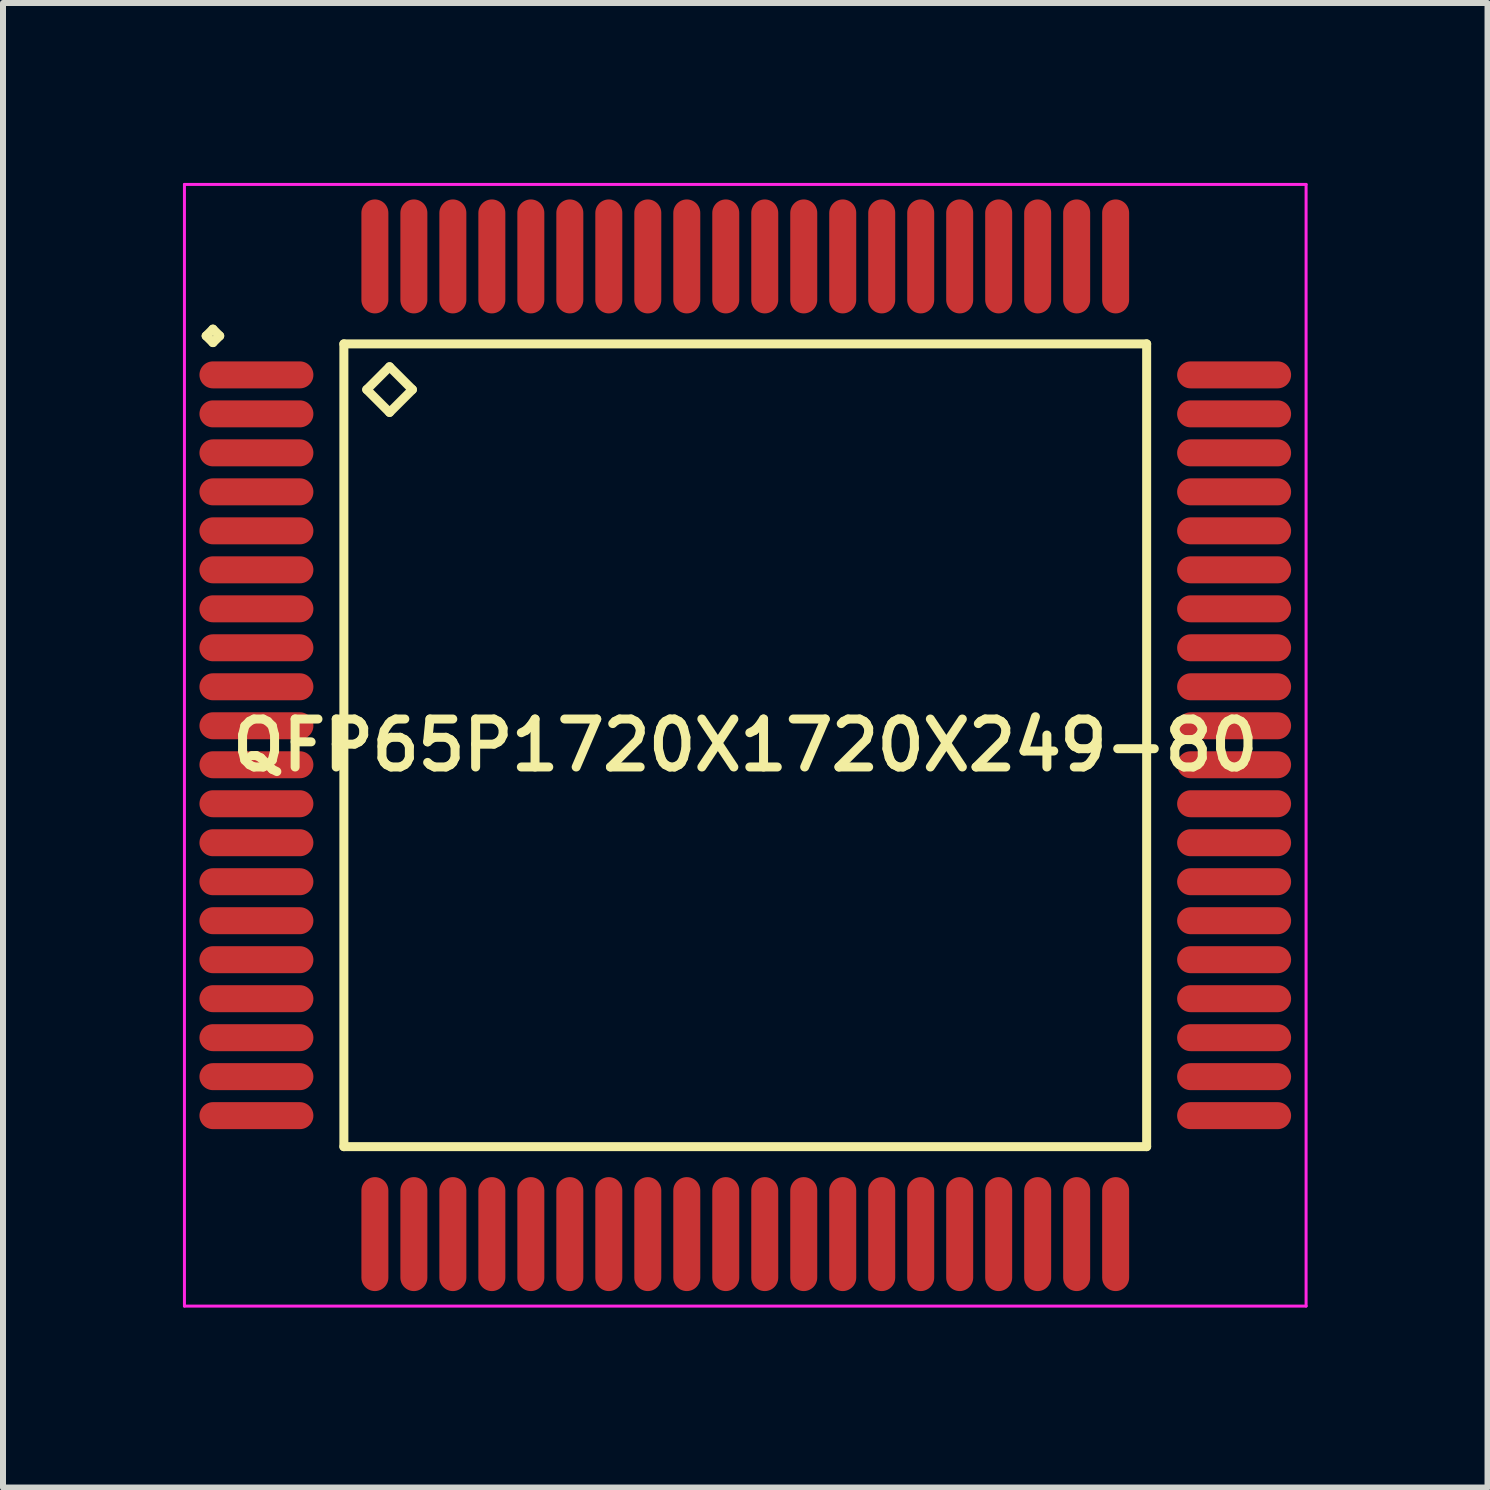
<source format=kicad_pcb>
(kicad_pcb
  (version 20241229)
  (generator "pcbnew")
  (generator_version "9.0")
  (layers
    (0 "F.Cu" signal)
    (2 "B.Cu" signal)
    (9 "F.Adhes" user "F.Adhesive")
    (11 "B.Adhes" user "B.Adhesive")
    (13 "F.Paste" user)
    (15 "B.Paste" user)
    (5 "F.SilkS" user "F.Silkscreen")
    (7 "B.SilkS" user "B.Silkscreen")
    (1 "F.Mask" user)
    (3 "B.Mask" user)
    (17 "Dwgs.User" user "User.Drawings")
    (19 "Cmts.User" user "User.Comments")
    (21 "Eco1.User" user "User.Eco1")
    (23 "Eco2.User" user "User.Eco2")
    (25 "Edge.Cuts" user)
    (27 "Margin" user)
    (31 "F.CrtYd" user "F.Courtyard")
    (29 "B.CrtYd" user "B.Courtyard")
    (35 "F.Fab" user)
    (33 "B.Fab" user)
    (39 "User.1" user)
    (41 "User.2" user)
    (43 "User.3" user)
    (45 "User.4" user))
  (footprint "QFP65P1720X1720X249-80"
    (layer "F.Cu")
    (at 9.375 9.375)
    (property "Reference" "QFP65P1720X1720X249-80" (at 0 0 0) (layer "F.SilkS") (effects (font (size 0.8 0.8) (thickness 0.15))))
    (attr smd)
    (fp_line (start -8.988 -6.825) (end -8.875 -6.938) (stroke (width 0.15) (type solid)) (layer "F.SilkS"))
    (fp_line (start -8.875 -6.938) (end -8.762 -6.825) (stroke (width 0.15) (type solid)) (layer "F.SilkS"))
    (fp_line (start -8.875 -6.713) (end -8.988 -6.825) (stroke (width 0.15) (type solid)) (layer "F.SilkS"))
    (fp_line (start -8.762 -6.825) (end -8.875 -6.713) (stroke (width 0.15) (type solid)) (layer "F.SilkS"))
    (fp_line (start -6.692 -6.692) (end -6.692 6.692) (stroke (width 0.15) (type solid)) (layer "F.SilkS"))
    (fp_line (start -6.692 6.692) (end 6.692 6.692) (stroke (width 0.15) (type solid)) (layer "F.SilkS"))
    (fp_line (start -6.311 -5.93) (end -5.93 -6.311) (stroke (width 0.15) (type solid)) (layer "F.SilkS"))
    (fp_line (start -5.93 -6.311) (end -5.549 -5.93) (stroke (width 0.15) (type solid)) (layer "F.SilkS"))
    (fp_line (start -5.93 -5.549) (end -6.311 -5.93) (stroke (width 0.15) (type solid)) (layer "F.SilkS"))
    (fp_line (start -5.549 -5.93) (end -5.93 -5.549) (stroke (width 0.15) (type solid)) (layer "F.SilkS"))
    (fp_line (start 6.692 -6.692) (end -6.692 -6.692) (stroke (width 0.15) (type solid)) (layer "F.SilkS"))
    (fp_line (start 6.692 6.692) (end 6.692 -6.692) (stroke (width 0.15) (type solid)) (layer "F.SilkS"))
    (fp_line (start -9.35 -9.35) (end 9.35 -9.35) (stroke (width 0.05) (type solid)) (layer "F.CrtYd"))
    (fp_line (start -9.35 9.35) (end -9.35 -9.35) (stroke (width 0.05) (type solid)) (layer "F.CrtYd"))
    (fp_line (start 9.35 -9.35) (end 9.35 9.35) (stroke (width 0.05) (type solid)) (layer "F.CrtYd"))
    (fp_line (start 9.35 9.35) (end -9.35 9.35) (stroke (width 0.05) (type solid)) (layer "F.CrtYd"))
    (pad "1" smd oval (at -8.15 -6.175) (size 1.9 0.45) (layers "F.Cu" "F.Mask" "F.Paste"))
    (pad "2" smd oval (at -8.15 -5.525) (size 1.9 0.45) (layers "F.Cu" "F.Mask" "F.Paste"))
    (pad "3" smd oval (at -8.15 -4.875) (size 1.9 0.45) (layers "F.Cu" "F.Mask" "F.Paste"))
    (pad "4" smd oval (at -8.15 -4.225) (size 1.9 0.45) (layers "F.Cu" "F.Mask" "F.Paste"))
    (pad "5" smd oval (at -8.15 -3.575) (size 1.9 0.45) (layers "F.Cu" "F.Mask" "F.Paste"))
    (pad "6" smd oval (at -8.15 -2.925) (size 1.9 0.45) (layers "F.Cu" "F.Mask" "F.Paste"))
    (pad "7" smd oval (at -8.15 -2.275) (size 1.9 0.45) (layers "F.Cu" "F.Mask" "F.Paste"))
    (pad "8" smd oval (at -8.15 -1.625) (size 1.9 0.45) (layers "F.Cu" "F.Mask" "F.Paste"))
    (pad "9" smd oval (at -8.15 -0.975) (size 1.9 0.45) (layers "F.Cu" "F.Mask" "F.Paste"))
    (pad "10" smd oval (at -8.15 -0.325) (size 1.9 0.45) (layers "F.Cu" "F.Mask" "F.Paste"))
    (pad "11" smd oval (at -8.15 0.325) (size 1.9 0.45) (layers "F.Cu" "F.Mask" "F.Paste"))
    (pad "12" smd oval (at -8.15 0.975) (size 1.9 0.45) (layers "F.Cu" "F.Mask" "F.Paste"))
    (pad "13" smd oval (at -8.15 1.625) (size 1.9 0.45) (layers "F.Cu" "F.Mask" "F.Paste"))
    (pad "14" smd oval (at -8.15 2.275) (size 1.9 0.45) (layers "F.Cu" "F.Mask" "F.Paste"))
    (pad "15" smd oval (at -8.15 2.925) (size 1.9 0.45) (layers "F.Cu" "F.Mask" "F.Paste"))
    (pad "16" smd oval (at -8.15 3.575) (size 1.9 0.45) (layers "F.Cu" "F.Mask" "F.Paste"))
    (pad "17" smd oval (at -8.15 4.225) (size 1.9 0.45) (layers "F.Cu" "F.Mask" "F.Paste"))
    (pad "18" smd oval (at -8.15 4.875) (size 1.9 0.45) (layers "F.Cu" "F.Mask" "F.Paste"))
    (pad "19" smd oval (at -8.15 5.525) (size 1.9 0.45) (layers "F.Cu" "F.Mask" "F.Paste"))
    (pad "20" smd oval (at -8.15 6.175) (size 1.9 0.45) (layers "F.Cu" "F.Mask" "F.Paste"))
    (pad "21" smd oval (at -6.175 8.15) (size 0.45 1.9) (layers "F.Cu" "F.Mask" "F.Paste"))
    (pad "22" smd oval (at -5.525 8.15) (size 0.45 1.9) (layers "F.Cu" "F.Mask" "F.Paste"))
    (pad "23" smd oval (at -4.875 8.15) (size 0.45 1.9) (layers "F.Cu" "F.Mask" "F.Paste"))
    (pad "24" smd oval (at -4.225 8.15) (size 0.45 1.9) (layers "F.Cu" "F.Mask" "F.Paste"))
    (pad "25" smd oval (at -3.575 8.15) (size 0.45 1.9) (layers "F.Cu" "F.Mask" "F.Paste"))
    (pad "26" smd oval (at -2.925 8.15) (size 0.45 1.9) (layers "F.Cu" "F.Mask" "F.Paste"))
    (pad "27" smd oval (at -2.275 8.15) (size 0.45 1.9) (layers "F.Cu" "F.Mask" "F.Paste"))
    (pad "28" smd oval (at -1.625 8.15) (size 0.45 1.9) (layers "F.Cu" "F.Mask" "F.Paste"))
    (pad "29" smd oval (at -0.975 8.15) (size 0.45 1.9) (layers "F.Cu" "F.Mask" "F.Paste"))
    (pad "30" smd oval (at -0.325 8.15) (size 0.45 1.9) (layers "F.Cu" "F.Mask" "F.Paste"))
    (pad "31" smd oval (at 0.325 8.15) (size 0.45 1.9) (layers "F.Cu" "F.Mask" "F.Paste"))
    (pad "32" smd oval (at 0.975 8.15) (size 0.45 1.9) (layers "F.Cu" "F.Mask" "F.Paste"))
    (pad "33" smd oval (at 1.625 8.15) (size 0.45 1.9) (layers "F.Cu" "F.Mask" "F.Paste"))
    (pad "34" smd oval (at 2.275 8.15) (size 0.45 1.9) (layers "F.Cu" "F.Mask" "F.Paste"))
    (pad "35" smd oval (at 2.925 8.15) (size 0.45 1.9) (layers "F.Cu" "F.Mask" "F.Paste"))
    (pad "36" smd oval (at 3.575 8.15) (size 0.45 1.9) (layers "F.Cu" "F.Mask" "F.Paste"))
    (pad "37" smd oval (at 4.225 8.15) (size 0.45 1.9) (layers "F.Cu" "F.Mask" "F.Paste"))
    (pad "38" smd oval (at 4.875 8.15) (size 0.45 1.9) (layers "F.Cu" "F.Mask" "F.Paste"))
    (pad "39" smd oval (at 5.525 8.15) (size 0.45 1.9) (layers "F.Cu" "F.Mask" "F.Paste"))
    (pad "40" smd oval (at 6.175 8.15) (size 0.45 1.9) (layers "F.Cu" "F.Mask" "F.Paste"))
    (pad "41" smd oval (at 8.15 6.175) (size 1.9 0.45) (layers "F.Cu" "F.Mask" "F.Paste"))
    (pad "42" smd oval (at 8.15 5.525) (size 1.9 0.45) (layers "F.Cu" "F.Mask" "F.Paste"))
    (pad "43" smd oval (at 8.15 4.875) (size 1.9 0.45) (layers "F.Cu" "F.Mask" "F.Paste"))
    (pad "44" smd oval (at 8.15 4.225) (size 1.9 0.45) (layers "F.Cu" "F.Mask" "F.Paste"))
    (pad "45" smd oval (at 8.15 3.575) (size 1.9 0.45) (layers "F.Cu" "F.Mask" "F.Paste"))
    (pad "46" smd oval (at 8.15 2.925) (size 1.9 0.45) (layers "F.Cu" "F.Mask" "F.Paste"))
    (pad "47" smd oval (at 8.15 2.275) (size 1.9 0.45) (layers "F.Cu" "F.Mask" "F.Paste"))
    (pad "48" smd oval (at 8.15 1.625) (size 1.9 0.45) (layers "F.Cu" "F.Mask" "F.Paste"))
    (pad "49" smd oval (at 8.15 0.975) (size 1.9 0.45) (layers "F.Cu" "F.Mask" "F.Paste"))
    (pad "50" smd oval (at 8.15 0.325) (size 1.9 0.45) (layers "F.Cu" "F.Mask" "F.Paste"))
    (pad "51" smd oval (at 8.15 -0.325) (size 1.9 0.45) (layers "F.Cu" "F.Mask" "F.Paste"))
    (pad "52" smd oval (at 8.15 -0.975) (size 1.9 0.45) (layers "F.Cu" "F.Mask" "F.Paste"))
    (pad "53" smd oval (at 8.15 -1.625) (size 1.9 0.45) (layers "F.Cu" "F.Mask" "F.Paste"))
    (pad "54" smd oval (at 8.15 -2.275) (size 1.9 0.45) (layers "F.Cu" "F.Mask" "F.Paste"))
    (pad "55" smd oval (at 8.15 -2.925) (size 1.9 0.45) (layers "F.Cu" "F.Mask" "F.Paste"))
    (pad "56" smd oval (at 8.15 -3.575) (size 1.9 0.45) (layers "F.Cu" "F.Mask" "F.Paste"))
    (pad "57" smd oval (at 8.15 -4.225) (size 1.9 0.45) (layers "F.Cu" "F.Mask" "F.Paste"))
    (pad "58" smd oval (at 8.15 -4.875) (size 1.9 0.45) (layers "F.Cu" "F.Mask" "F.Paste"))
    (pad "59" smd oval (at 8.15 -5.525) (size 1.9 0.45) (layers "F.Cu" "F.Mask" "F.Paste"))
    (pad "60" smd oval (at 8.15 -6.175) (size 1.9 0.45) (layers "F.Cu" "F.Mask" "F.Paste"))
    (pad "61" smd oval (at 6.175 -8.15) (size 0.45 1.9) (layers "F.Cu" "F.Mask" "F.Paste"))
    (pad "62" smd oval (at 5.525 -8.15) (size 0.45 1.9) (layers "F.Cu" "F.Mask" "F.Paste"))
    (pad "63" smd oval (at 4.875 -8.15) (size 0.45 1.9) (layers "F.Cu" "F.Mask" "F.Paste"))
    (pad "64" smd oval (at 4.225 -8.15) (size 0.45 1.9) (layers "F.Cu" "F.Mask" "F.Paste"))
    (pad "65" smd oval (at 3.575 -8.15) (size 0.45 1.9) (layers "F.Cu" "F.Mask" "F.Paste"))
    (pad "66" smd oval (at 2.925 -8.15) (size 0.45 1.9) (layers "F.Cu" "F.Mask" "F.Paste"))
    (pad "67" smd oval (at 2.275 -8.15) (size 0.45 1.9) (layers "F.Cu" "F.Mask" "F.Paste"))
    (pad "68" smd oval (at 1.625 -8.15) (size 0.45 1.9) (layers "F.Cu" "F.Mask" "F.Paste"))
    (pad "69" smd oval (at 0.975 -8.15) (size 0.45 1.9) (layers "F.Cu" "F.Mask" "F.Paste"))
    (pad "70" smd oval (at 0.325 -8.15) (size 0.45 1.9) (layers "F.Cu" "F.Mask" "F.Paste"))
    (pad "71" smd oval (at -0.325 -8.15) (size 0.45 1.9) (layers "F.Cu" "F.Mask" "F.Paste"))
    (pad "72" smd oval (at -0.975 -8.15) (size 0.45 1.9) (layers "F.Cu" "F.Mask" "F.Paste"))
    (pad "73" smd oval (at -1.625 -8.15) (size 0.45 1.9) (layers "F.Cu" "F.Mask" "F.Paste"))
    (pad "74" smd oval (at -2.275 -8.15) (size 0.45 1.9) (layers "F.Cu" "F.Mask" "F.Paste"))
    (pad "75" smd oval (at -2.925 -8.15) (size 0.45 1.9) (layers "F.Cu" "F.Mask" "F.Paste"))
    (pad "76" smd oval (at -3.575 -8.15) (size 0.45 1.9) (layers "F.Cu" "F.Mask" "F.Paste"))
    (pad "77" smd oval (at -4.225 -8.15) (size 0.45 1.9) (layers "F.Cu" "F.Mask" "F.Paste"))
    (pad "78" smd oval (at -4.875 -8.15) (size 0.45 1.9) (layers "F.Cu" "F.Mask" "F.Paste"))
    (pad "79" smd oval (at -5.525 -8.15) (size 0.45 1.9) (layers "F.Cu" "F.Mask" "F.Paste"))
    (pad "80" smd oval (at -6.175 -8.15) (size 0.45 1.9) (layers "F.Cu" "F.Mask" "F.Paste")))
  (gr_rect
    (start -3 -3)
    (end 21.75 21.75)
    (stroke (width 0.1) (type default))
    (fill no)
    (layer "Edge.Cuts")))
</source>
